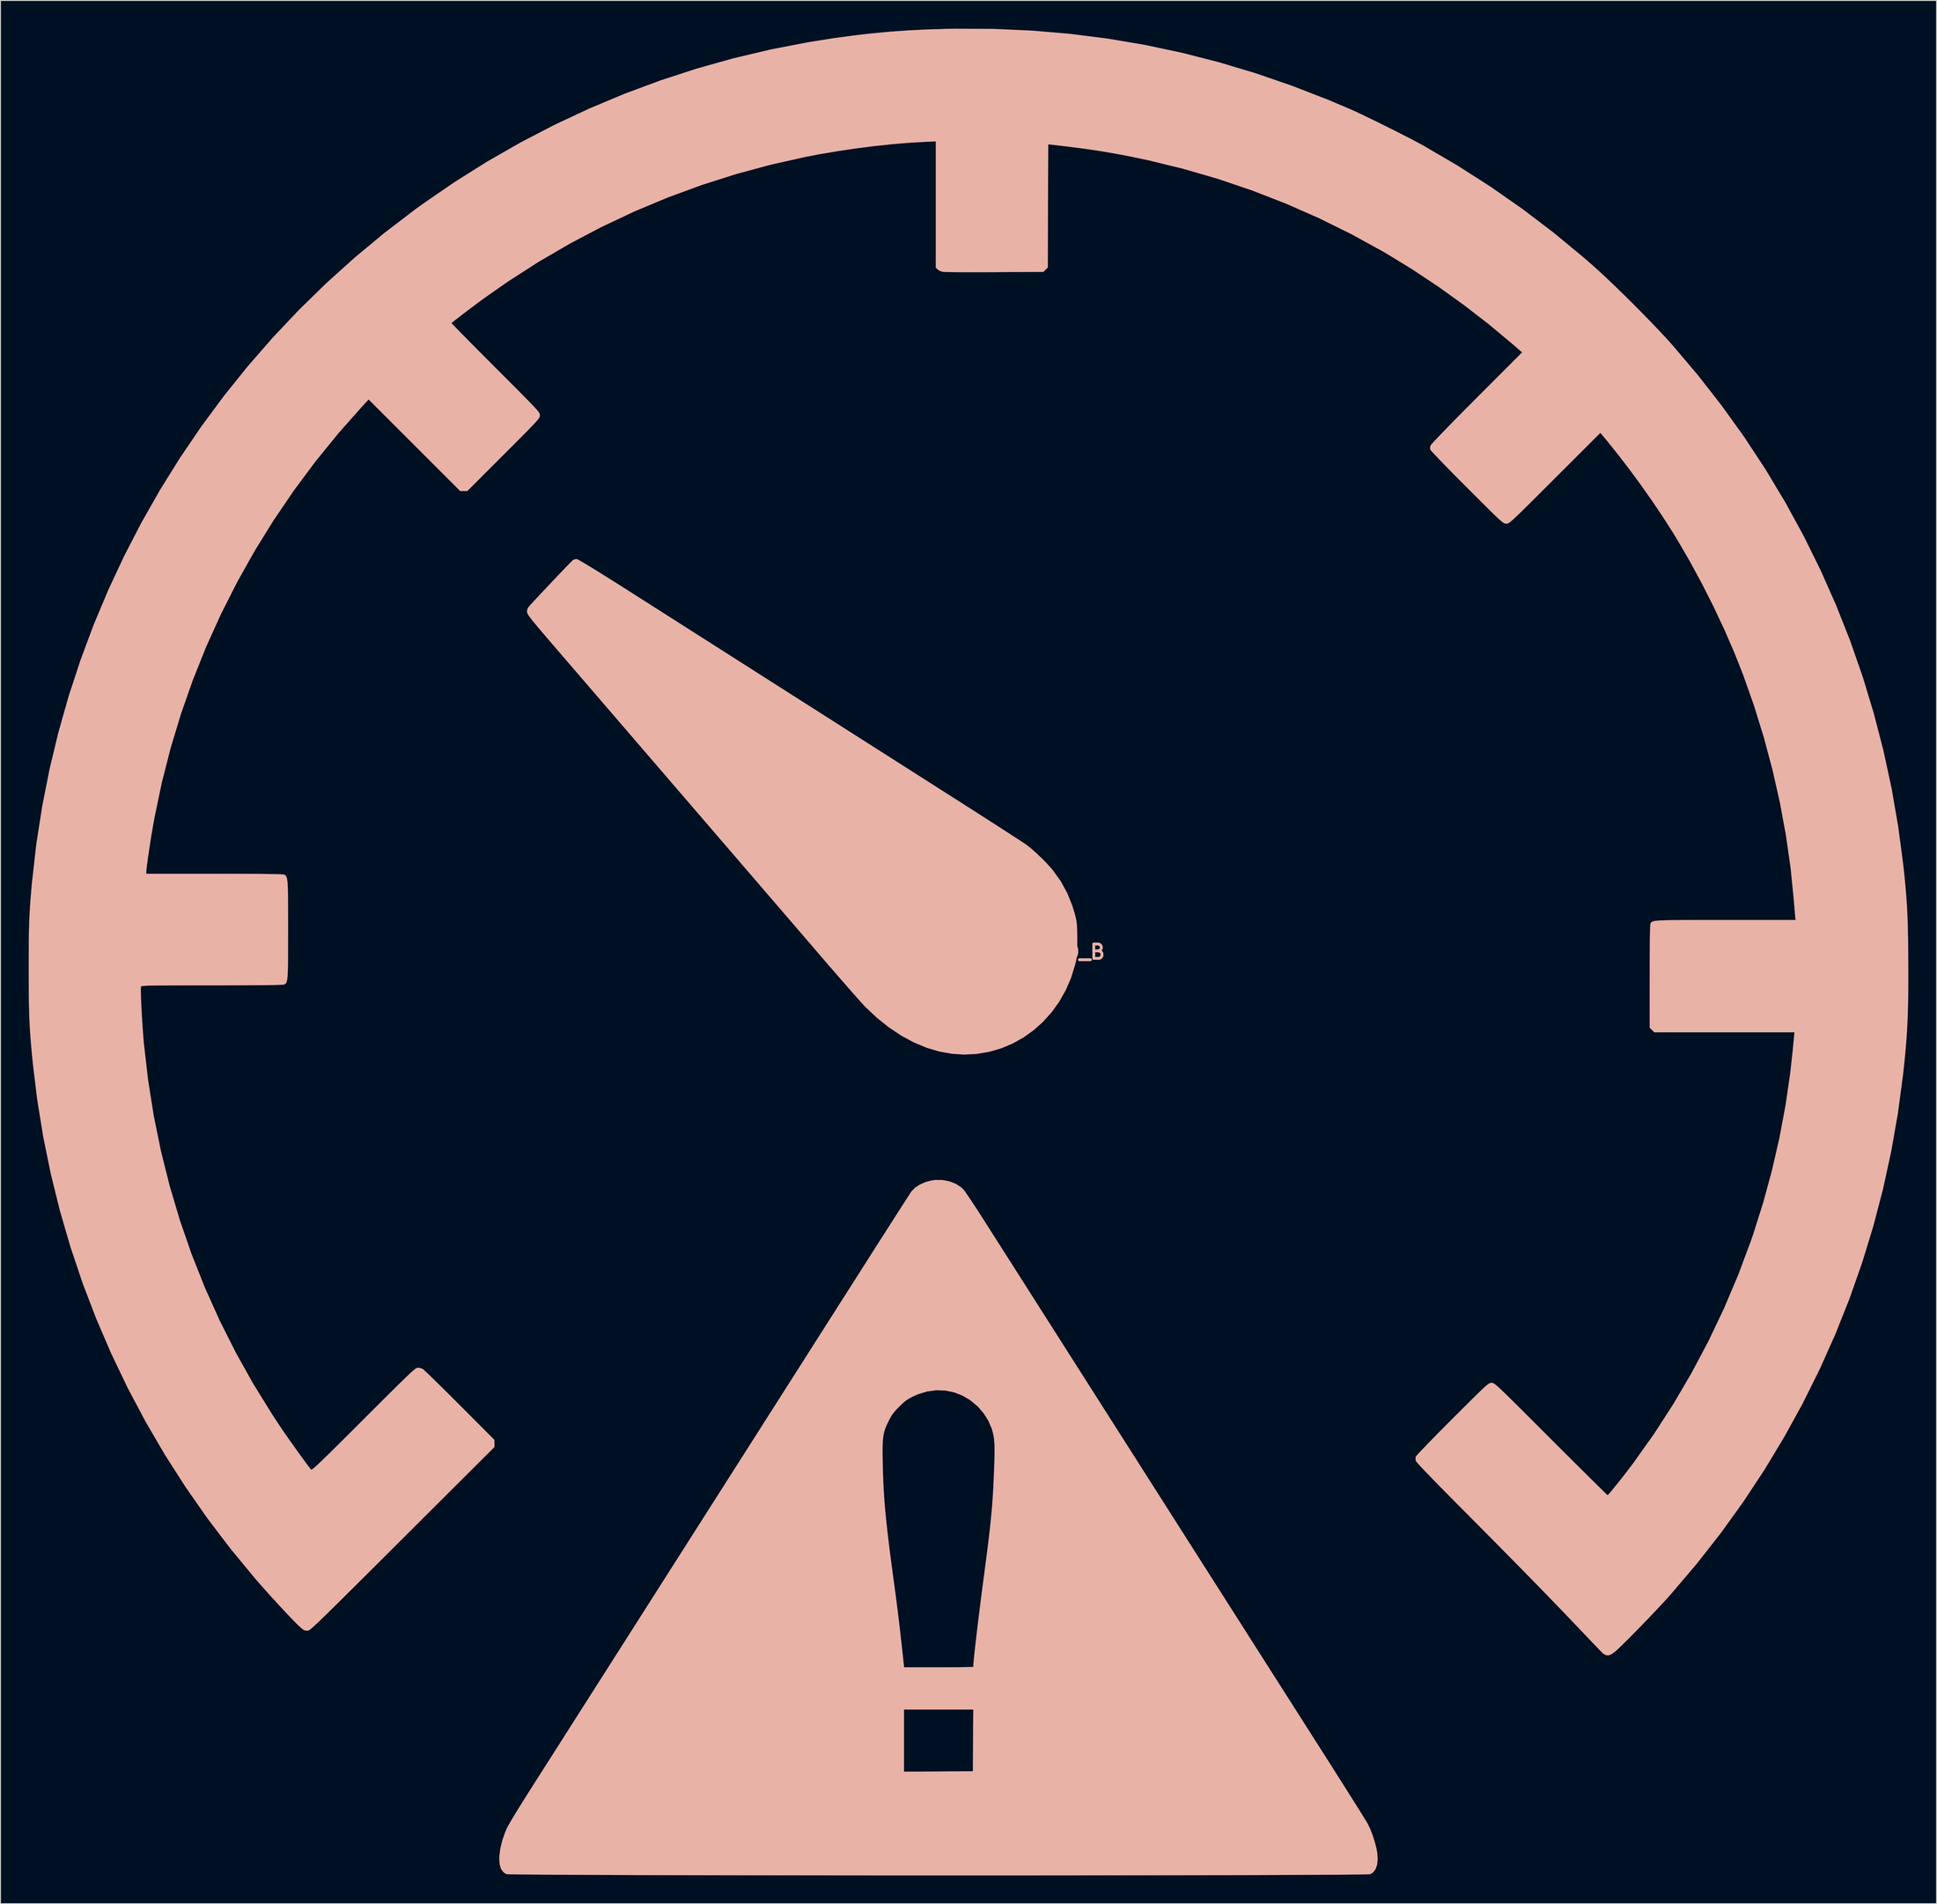
<source format=kicad_pcb>
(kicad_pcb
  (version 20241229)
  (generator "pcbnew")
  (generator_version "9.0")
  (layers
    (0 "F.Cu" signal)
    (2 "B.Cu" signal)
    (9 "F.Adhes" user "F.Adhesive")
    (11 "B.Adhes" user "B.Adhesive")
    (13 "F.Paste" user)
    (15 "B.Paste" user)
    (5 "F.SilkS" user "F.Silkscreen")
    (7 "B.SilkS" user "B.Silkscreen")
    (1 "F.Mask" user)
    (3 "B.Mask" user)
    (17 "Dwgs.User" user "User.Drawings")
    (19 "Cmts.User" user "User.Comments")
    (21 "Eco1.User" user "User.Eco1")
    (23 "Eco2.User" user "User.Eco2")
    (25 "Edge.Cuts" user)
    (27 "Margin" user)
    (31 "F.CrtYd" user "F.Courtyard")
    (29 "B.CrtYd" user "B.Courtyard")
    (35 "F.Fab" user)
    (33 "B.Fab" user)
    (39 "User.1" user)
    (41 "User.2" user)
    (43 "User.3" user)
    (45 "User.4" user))
  (footprint "high-risk-alert_20x20_B"
    (layer "F.Cu")
    (at 99.869 98.107)
    (property "Reference" "high-risk-alert_20x20_B" (at 0 0 0) (layer "B.SilkS") (effects (font (size 1.524 1.524) (thickness 0.3))))
    (attr through_hole)
    (fp_poly (pts (xy -41.517 -41.695) (xy -41.27 -41.561) (xy -40.894 -41.342) (xy -40.394 -41.042) (xy -39.778 -40.665) (xy -39.052 -40.215) (xy -38.222 -39.695) (xy -37.294 -39.111) (xy -36.275 -38.464) (xy -36.057 -38.325) (xy -35.32 -37.856) (xy -34.455 -37.306) (xy -33.476 -36.682) (xy -32.397 -35.995) (xy -31.232 -35.253) (xy -29.996 -34.466) (xy -28.702 -33.642) (xy -27.366 -32.79) (xy -26.001 -31.921) (xy -24.622 -31.042) (xy -23.242 -30.164) (xy -21.877 -29.294) (xy -20.54 -28.442) (xy -20.193 -28.221) (xy -18.81 -27.34) (xy -17.36 -26.416) (xy -15.859 -25.46) (xy -14.326 -24.483) (xy -12.777 -23.497) (xy -11.232 -22.512) (xy -9.707 -21.541) (xy -8.22 -20.594) (xy -6.789 -19.683) (xy -5.432 -18.818) (xy -4.166 -18.012) (xy -3.01 -17.275) (xy -2.074 -16.679) (xy -1.028 -16.013) (xy -0.013 -15.364) (xy 0.962 -14.741) (xy 1.885 -14.149) (xy 2.747 -13.595) (xy 3.537 -13.087) (xy 4.245 -12.629) (xy 4.86 -12.231) (xy 5.373 -11.897) (xy 5.772 -11.634) (xy 6.048 -11.45) (xy 6.181 -11.358) (xy 6.66 -10.977) (xy 7.199 -10.5) (xy 7.759 -9.97) (xy 8.296 -9.425) (xy 8.77 -8.905) (xy 9.006 -8.623) (xy 9.828 -7.462) (xy 10.508 -6.211) (xy 11.044 -4.87) (xy 11.287 -4.064) (xy 11.374 -3.73) (xy 11.44 -3.449) (xy 11.486 -3.187) (xy 11.517 -2.911) (xy 11.536 -2.587) (xy 11.546 -2.179) (xy 11.551 -1.655) (xy 11.552 -1.312) (xy 11.552 -0.705) (xy 11.548 -0.234) (xy 11.535 0.136) (xy 11.512 0.438) (xy 11.476 0.707) (xy 11.423 0.976) (xy 11.35 1.279) (xy 11.324 1.382) (xy 10.892 2.773) (xy 10.327 4.08) (xy 9.639 5.293) (xy 8.839 6.408) (xy 7.936 7.416) (xy 6.938 8.311) (xy 5.857 9.085) (xy 4.702 9.733) (xy 3.482 10.246) (xy 2.207 10.618) (xy 0.886 10.841) (xy -0.471 10.91) (xy -1.726 10.832) (xy -3.091 10.59) (xy -4.455 10.184) (xy -5.809 9.617) (xy -7.145 8.896) (xy -8.454 8.023) (xy -9.728 7.005) (xy -10.959 5.845) (xy -10.976 5.828) (xy -11.162 5.63) (xy -11.446 5.316) (xy -11.819 4.898) (xy -12.268 4.39) (xy -12.783 3.805) (xy -13.351 3.154) (xy -13.963 2.451) (xy -14.607 1.707) (xy -15.272 0.937) (xy -15.678 0.466) (xy -16.203 -0.145) (xy -16.831 -0.877) (xy -17.557 -1.721) (xy -18.374 -2.67) (xy -19.274 -3.717) (xy -20.251 -4.853) (xy -21.299 -6.071) (xy -22.41 -7.362) (xy -23.578 -8.72) (xy -24.797 -10.137) (xy -26.059 -11.604) (xy -27.358 -13.114) (xy -28.688 -14.66) (xy -30.041 -16.232) (xy -31.412 -17.825) (xy -32.792 -19.429) (xy -34.176 -21.037) (xy -35.557 -22.642) (xy -36.928 -24.235) (xy -38.283 -25.809) (xy -39.615 -27.356) (xy -40.916 -28.869) (xy -42.182 -30.338) (xy -42.691 -30.93) (xy -43.474 -31.84) (xy -44.154 -32.631) (xy -44.737 -33.312) (xy -45.232 -33.892) (xy -45.646 -34.379) (xy -45.985 -34.785) (xy -46.257 -35.116) (xy -46.47 -35.382) (xy -46.63 -35.593) (xy -46.746 -35.758) (xy -46.824 -35.885) (xy -46.871 -35.983) (xy -46.896 -36.063) (xy -46.905 -36.132) (xy -46.905 -36.165) (xy -46.889 -36.36) (xy -46.825 -36.532) (xy -46.685 -36.728) (xy -46.457 -36.984) (xy -45.649 -37.848) (xy -44.905 -38.64) (xy -44.231 -39.355) (xy -43.634 -39.985) (xy -43.118 -40.525) (xy -42.691 -40.968) (xy -42.359 -41.308) (xy -42.127 -41.537) (xy -42.003 -41.65) (xy -41.989 -41.659) (xy -41.781 -41.725) (xy -41.629 -41.741) (xy -41.517 -41.695)) (stroke (width 0.01) (type solid)) (fill yes) (layer "B.SilkS"))
    (fp_poly (pts (xy -2.724 24.256) (xy -2.006 24.398) (xy -1.35 24.653) (xy -0.791 25.012) (xy -0.566 25.218) (xy -0.457 25.355) (xy -0.269 25.619) (xy -0.013 25.992) (xy 0.3 26.458) (xy 0.657 27) (xy 1.05 27.602) (xy 1.465 28.247) (xy 1.674 28.575) (xy 1.878 28.895) (xy 2.169 29.351) (xy 2.542 29.938) (xy 2.994 30.647) (xy 3.52 31.474) (xy 4.117 32.411) (xy 4.78 33.452) (xy 5.505 34.591) (xy 6.288 35.821) (xy 7.125 37.135) (xy 8.011 38.528) (xy 8.943 39.992) (xy 9.917 41.521) (xy 10.928 43.109) (xy 11.972 44.749) (xy 13.045 46.435) (xy 14.144 48.16) (xy 15.263 49.918) (xy 16.399 51.702) (xy 17.547 53.506) (xy 17.711 53.763) (xy 18.903 55.636) (xy 20.104 57.523) (xy 21.309 59.414) (xy 22.511 61.303) (xy 23.707 63.181) (xy 24.889 65.038) (xy 26.054 66.868) (xy 27.196 68.66) (xy 28.309 70.408) (xy 29.387 72.102) (xy 30.427 73.734) (xy 31.421 75.295) (xy 32.366 76.778) (xy 33.255 78.174) (xy 34.083 79.473) (xy 34.845 80.669) (xy 35.535 81.753) (xy 36.148 82.715) (xy 36.679 83.549) (xy 36.96 83.989) (xy 37.645 85.064) (xy 38.309 86.108) (xy 38.945 87.111) (xy 39.548 88.062) (xy 40.111 88.953) (xy 40.628 89.772) (xy 41.094 90.511) (xy 41.5 91.159) (xy 41.842 91.707) (xy 42.113 92.144) (xy 42.307 92.461) (xy 42.418 92.648) (xy 42.433 92.674) (xy 42.702 93.247) (xy 42.958 93.915) (xy 43.182 94.615) (xy 43.352 95.284) (xy 43.433 95.738) (xy 43.479 96.425) (xy 43.42 97.008) (xy 43.26 97.477) (xy 43.002 97.822) (xy 42.704 98.011) (xy 42.598 98.021) (xy 42.328 98.03) (xy 41.901 98.039) (xy 41.322 98.047) (xy 40.599 98.055) (xy 39.736 98.063) (xy 38.739 98.07) (xy 37.615 98.077) (xy 36.37 98.084) (xy 35.01 98.09) (xy 33.54 98.096) (xy 31.966 98.102) (xy 30.295 98.107) (xy 28.533 98.112) (xy 26.684 98.116) (xy 24.757 98.121) (xy 22.755 98.125) (xy 20.686 98.128) (xy 18.556 98.131) (xy 16.369 98.134) (xy 14.133 98.136) (xy 11.853 98.139) (xy 9.535 98.14) (xy 7.185 98.142) (xy 4.81 98.143) (xy 2.415 98.144) (xy 0.005 98.144) (xy -2.412 98.144) (xy -4.831 98.144) (xy -7.247 98.143) (xy -9.652 98.142) (xy -12.041 98.141) (xy -14.409 98.139) (xy -16.748 98.137) (xy -19.054 98.135) (xy -21.32 98.133) (xy -23.54 98.13) (xy -25.708 98.126) (xy -27.819 98.123) (xy -29.866 98.119) (xy -31.843 98.114) (xy -33.745 98.11) (xy -35.565 98.105) (xy -37.297 98.099) (xy -38.936 98.094) (xy -40.475 98.088) (xy -41.909 98.081) (xy -43.232 98.075) (xy -44.437 98.068) (xy -45.518 98.06) (xy -46.47 98.053) (xy -47.287 98.045) (xy -47.962 98.036) (xy -48.491 98.028) (xy -48.865 98.019) (xy -49.081 98.01) (xy -49.134 98.003) (xy -49.46 97.762) (xy -49.686 97.426) (xy -49.817 96.978) (xy -49.858 96.405) (xy -49.844 96.029) (xy -49.738 95.25) (xy -49.53 94.407) (xy -49.234 93.559) (xy -49.032 93.091) (xy -48.92 92.879) (xy -48.727 92.542) (xy -48.465 92.098) (xy -48.144 91.567) (xy -47.775 90.966) (xy -47.369 90.313) (xy -46.937 89.626) (xy -46.611 89.112) (xy -46.312 88.642) (xy -45.926 88.036) (xy -45.458 87.301) (xy -44.912 86.444) (xy -44.293 85.472) (xy -43.605 84.392) (xy -42.853 83.21) (xy -42.041 81.934) (xy -41.172 80.571) (xy -41.139 80.518) (xy -6.858 80.518) (xy -6.858 87.124) (xy -3.196 87.102) (xy 0.466 87.08) (xy 0.488 83.799) (xy 0.51 80.518) (xy -6.858 80.518) (xy -41.139 80.518) (xy -40.253 79.127) (xy -39.287 77.61) (xy -38.278 76.025) (xy -37.231 74.381) (xy -36.151 72.685) (xy -35.041 70.942) (xy -33.907 69.16) (xy -32.752 67.346) (xy -31.581 65.507) (xy -30.399 63.65) (xy -29.209 61.781) (xy -28.017 59.909) (xy -26.826 58.038) (xy -25.641 56.177) (xy -24.467 54.333) (xy -23.799 53.284) (xy -9.131 53.284) (xy -9.12 54.068) (xy -9.115 54.356) (xy -9.093 55.254) (xy -9.064 56.12) (xy -9.024 56.971) (xy -8.972 57.826) (xy -8.907 58.702) (xy -8.826 59.618) (xy -8.729 60.592) (xy -8.613 61.641) (xy -8.477 62.785) (xy -8.32 64.04) (xy -8.138 65.425) (xy -7.931 66.958) (xy -7.918 67.056) (xy -7.767 68.169) (xy -7.629 69.228) (xy -7.498 70.269) (xy -7.37 71.324) (xy -7.241 72.429) (xy -7.107 73.619) (xy -6.964 74.926) (xy -6.893 75.586) (xy -6.846 76.031) (xy -3.169 76.031) (xy -2.398 76.03) (xy -1.682 76.027) (xy -1.039 76.022) (xy -0.484 76.017) (xy -0.036 76.009) (xy 0.289 76.001) (xy 0.472 75.993) (xy 0.508 75.986) (xy 0.519 75.761) (xy 0.551 75.383) (xy 0.602 74.866) (xy 0.67 74.224) (xy 0.755 73.473) (xy 0.853 72.626) (xy 0.964 71.699) (xy 1.085 70.706) (xy 1.215 69.66) (xy 1.353 68.578) (xy 1.496 67.473) (xy 1.607 66.633) (xy 1.785 65.278) (xy 1.941 64.071) (xy 2.077 62.993) (xy 2.194 62.024) (xy 2.295 61.145) (xy 2.38 60.335) (xy 2.453 59.575) (xy 2.515 58.847) (xy 2.568 58.129) (xy 2.614 57.404) (xy 2.654 56.65) (xy 2.691 55.85) (xy 2.721 55.105) (xy 2.753 54.22) (xy 2.771 53.482) (xy 2.775 52.867) (xy 2.763 52.353) (xy 2.734 51.918) (xy 2.686 51.539) (xy 2.619 51.194) (xy 2.53 50.86) (xy 2.453 50.615) (xy 2.107 49.815) (xy 1.62 49.043) (xy 1.021 48.344) (xy 0.979 48.302) (xy 0.201 47.65) (xy -0.641 47.15) (xy -1.535 46.804) (xy -2.467 46.615) (xy -3.424 46.584) (xy -4.391 46.713) (xy -5.356 47.006) (xy -5.838 47.216) (xy -6.233 47.418) (xy -6.553 47.616) (xy -6.852 47.847) (xy -7.183 48.15) (xy -7.369 48.334) (xy -7.728 48.706) (xy -7.996 49.024) (xy -8.213 49.342) (xy -8.419 49.715) (xy -8.497 49.869) (xy -8.677 50.247) (xy -8.822 50.59) (xy -8.935 50.923) (xy -9.018 51.269) (xy -9.076 51.654) (xy -9.112 52.102) (xy -9.129 52.637) (xy -9.131 53.284) (xy -23.799 53.284) (xy -23.307 52.512) (xy -22.167 50.721) (xy -21.051 48.967) (xy -19.962 47.257) (xy -18.906 45.598) (xy -17.887 43.998) (xy -16.909 42.462) (xy -15.977 40.997) (xy -15.095 39.612) (xy -14.267 38.312) (xy -13.499 37.105) (xy -12.794 35.997) (xy -12.156 34.995) (xy -11.591 34.107) (xy -11.102 33.339) (xy -10.694 32.698) (xy -10.683 32.681) (xy -10.051 31.689) (xy -9.441 30.732) (xy -8.861 29.823) (xy -8.317 28.971) (xy -7.814 28.185) (xy -7.361 27.477) (xy -6.962 26.857) (xy -6.626 26.334) (xy -6.358 25.92) (xy -6.165 25.623) (xy -6.053 25.455) (xy -6.032 25.424) (xy -5.658 25.049) (xy -5.156 24.725) (xy -4.566 24.468) (xy -3.927 24.298) (xy -3.471 24.24) (xy -2.724 24.256)) (stroke (width 0.01) (type solid)) (fill yes) (layer "B.SilkS"))
    (fp_poly (pts (xy 2.675 -98.082) (xy 6.746 -97.901) (xy 10.778 -97.558) (xy 14.775 -97.052) (xy 18.74 -96.381) (xy 22.677 -95.546) (xy 26.591 -94.546) (xy 30.485 -93.379) (xy 34.364 -92.045) (xy 38.231 -90.543) (xy 40.598 -89.539) (xy 41.115 -89.305) (xy 41.753 -89.007) (xy 42.487 -88.656) (xy 43.286 -88.267) (xy 44.125 -87.853) (xy 44.975 -87.429) (xy 45.808 -87.009) (xy 46.598 -86.605) (xy 47.316 -86.231) (xy 47.935 -85.903) (xy 48.345 -85.678) (xy 51.961 -83.563) (xy 55.473 -81.316) (xy 58.879 -78.938) (xy 62.176 -76.431) (xy 65.364 -73.795) (xy 66.336 -72.946) (xy 67.086 -72.269) (xy 67.92 -71.492) (xy 68.816 -70.636) (xy 69.75 -69.727) (xy 70.697 -68.787) (xy 71.636 -67.841) (xy 72.541 -66.911) (xy 73.389 -66.023) (xy 74.157 -65.199) (xy 74.81 -64.474) (xy 77.499 -61.302) (xy 80.043 -58.043) (xy 82.442 -54.701) (xy 84.692 -51.278) (xy 86.794 -47.778) (xy 88.746 -44.203) (xy 90.547 -40.557) (xy 92.195 -36.842) (xy 93.689 -33.063) (xy 95.027 -29.221) (xy 96.209 -25.32) (xy 97.232 -21.362) (xy 98.097 -17.352) (xy 98.8 -13.291) (xy 99.341 -9.184) (xy 99.441 -8.255) (xy 99.529 -7.368) (xy 99.603 -6.55) (xy 99.666 -5.776) (xy 99.718 -5.019) (xy 99.76 -4.256) (xy 99.793 -3.46) (xy 99.819 -2.607) (xy 99.838 -1.671) (xy 99.853 -0.626) (xy 99.863 0.551) (xy 99.866 1.101) (xy 99.871 2.572) (xy 99.867 3.901) (xy 99.853 5.114) (xy 99.827 6.236) (xy 99.789 7.295) (xy 99.737 8.317) (xy 99.669 9.327) (xy 99.586 10.354) (xy 99.485 11.422) (xy 99.365 12.558) (xy 99.307 13.081) (xy 98.761 17.165) (xy 98.053 21.205) (xy 97.183 25.198) (xy 96.153 29.139) (xy 94.965 33.026) (xy 93.619 36.855) (xy 92.119 40.624) (xy 90.464 44.329) (xy 88.657 47.966) (xy 86.699 51.533) (xy 84.591 55.026) (xy 82.336 58.442) (xy 79.933 61.777) (xy 77.386 65.029) (xy 74.694 68.194) (xy 74.429 68.492) (xy 74.013 68.951) (xy 73.532 69.473) (xy 73 70.039) (xy 72.435 70.634) (xy 71.853 71.24) (xy 71.271 71.84) (xy 70.706 72.417) (xy 70.174 72.954) (xy 69.692 73.434) (xy 69.276 73.84) (xy 68.944 74.154) (xy 68.724 74.35) (xy 68.352 74.623) (xy 68.042 74.755) (xy 67.767 74.748) (xy 67.499 74.606) (xy 67.36 74.486) (xy 67.231 74.356) (xy 67.003 74.121) (xy 66.692 73.799) (xy 66.315 73.405) (xy 65.89 72.959) (xy 65.432 72.477) (xy 65.229 72.263) (xy 64.178 71.158) (xy 63.078 70.01) (xy 61.918 68.808) (xy 60.691 67.544) (xy 59.387 66.209) (xy 57.999 64.794) (xy 56.516 63.291) (xy 54.932 61.689) (xy 53.235 59.981) (xy 52.861 59.605) (xy 51.785 58.522) (xy 50.831 57.557) (xy 49.998 56.709) (xy 49.286 55.98) (xy 48.695 55.368) (xy 48.226 54.874) (xy 47.878 54.498) (xy 47.651 54.239) (xy 47.545 54.099) (xy 47.538 54.081) (xy 47.511 53.835) (xy 47.528 53.657) (xy 47.595 53.566) (xy 47.773 53.365) (xy 48.05 53.067) (xy 48.416 52.682) (xy 48.862 52.22) (xy 49.377 51.691) (xy 49.95 51.108) (xy 50.572 50.479) (xy 51.233 49.816) (xy 51.413 49.636) (xy 52.186 48.865) (xy 52.848 48.204) (xy 53.409 47.647) (xy 53.879 47.183) (xy 54.267 46.804) (xy 54.582 46.502) (xy 54.833 46.268) (xy 55.031 46.093) (xy 55.185 45.969) (xy 55.303 45.887) (xy 55.396 45.838) (xy 55.472 45.814) (xy 55.542 45.805) (xy 55.586 45.805) (xy 55.643 45.807) (xy 55.702 45.817) (xy 55.77 45.842) (xy 55.855 45.89) (xy 55.964 45.966) (xy 56.103 46.079) (xy 56.282 46.235) (xy 56.506 46.44) (xy 56.784 46.703) (xy 57.121 47.029) (xy 57.527 47.425) (xy 58.008 47.9) (xy 58.571 48.458) (xy 59.224 49.109) (xy 59.974 49.857) (xy 60.829 50.711) (xy 61.795 51.677) (xy 61.891 51.774) (xy 62.727 52.608) (xy 63.528 53.408) (xy 64.288 54.166) (xy 64.998 54.872) (xy 65.651 55.52) (xy 66.237 56.101) (xy 66.749 56.607) (xy 67.179 57.03) (xy 67.518 57.362) (xy 67.759 57.596) (xy 67.893 57.722) (xy 67.919 57.743) (xy 67.991 57.679) (xy 68.151 57.499) (xy 68.384 57.222) (xy 68.674 56.868) (xy 69.006 56.456) (xy 69.365 56.003) (xy 69.736 55.529) (xy 70.104 55.054) (xy 70.453 54.595) (xy 70.675 54.299) (xy 72.873 51.202) (xy 74.94 48.002) (xy 76.87 44.706) (xy 78.66 41.324) (xy 80.305 37.863) (xy 81.801 34.331) (xy 83.144 30.735) (xy 83.407 29.972) (xy 84.462 26.629) (xy 85.389 23.22) (xy 86.179 19.772) (xy 86.829 16.312) (xy 87.331 12.869) (xy 87.582 10.583) (xy 87.629 10.089) (xy 87.673 9.63) (xy 87.711 9.244) (xy 87.739 8.968) (xy 87.749 8.869) (xy 87.783 8.551) (xy 72.885 8.551) (xy 72.39 8.056) (xy 72.393 2.568) (xy 72.394 1.401) (xy 72.397 0.394) (xy 72.402 -0.463) (xy 72.408 -1.18) (xy 72.417 -1.764) (xy 72.428 -2.228) (xy 72.441 -2.579) (xy 72.457 -2.827) (xy 72.476 -2.983) (xy 72.498 -3.054) (xy 72.499 -3.055) (xy 72.544 -3.112) (xy 72.594 -3.162) (xy 72.659 -3.205) (xy 72.751 -3.243) (xy 72.879 -3.275) (xy 73.055 -3.301) (xy 73.288 -3.323) (xy 73.59 -3.341) (xy 73.971 -3.356) (xy 74.442 -3.366) (xy 75.013 -3.374) (xy 75.695 -3.38) (xy 76.498 -3.384) (xy 77.434 -3.386) (xy 78.512 -3.386) (xy 79.744 -3.387) (xy 80.432 -3.387) (xy 87.892 -3.387) (xy 87.846 -3.873) (xy 87.821 -4.147) (xy 87.788 -4.538) (xy 87.751 -4.997) (xy 87.713 -5.472) (xy 87.71 -5.503) (xy 87.369 -8.914) (xy 86.876 -12.367) (xy 86.236 -15.84) (xy 85.453 -19.313) (xy 84.534 -22.762) (xy 83.481 -26.168) (xy 82.31 -29.485) (xy 81.378 -31.836) (xy 80.329 -34.25) (xy 79.182 -36.688) (xy 77.958 -39.111) (xy 76.674 -41.481) (xy 75.351 -43.758) (xy 74.85 -44.577) (xy 73.813 -46.2) (xy 72.683 -47.88) (xy 71.49 -49.576) (xy 70.261 -51.249) (xy 69.026 -52.859) (xy 67.814 -54.368) (xy 67.336 -54.94) (xy 67.15 -55.16) (xy 62.321 -50.336) (xy 61.448 -49.464) (xy 60.686 -48.704) (xy 60.028 -48.048) (xy 59.464 -47.489) (xy 58.987 -47.018) (xy 58.589 -46.629) (xy 58.261 -46.314) (xy 57.995 -46.064) (xy 57.783 -45.872) (xy 57.617 -45.731) (xy 57.487 -45.633) (xy 57.387 -45.569) (xy 57.307 -45.533) (xy 57.24 -45.517) (xy 57.177 -45.512) (xy 57.15 -45.512) (xy 57.079 -45.514) (xy 57.008 -45.527) (xy 56.928 -45.557) (xy 56.828 -45.616) (xy 56.7 -45.71) (xy 56.534 -45.848) (xy 56.322 -46.04) (xy 56.052 -46.294) (xy 55.717 -46.618) (xy 55.306 -47.021) (xy 54.811 -47.512) (xy 54.221 -48.1) (xy 53.528 -48.792) (xy 52.963 -49.357) (xy 52.293 -50.028) (xy 51.659 -50.668) (xy 51.071 -51.266) (xy 50.539 -51.812) (xy 50.073 -52.294) (xy 49.684 -52.702) (xy 49.381 -53.026) (xy 49.175 -53.255) (xy 49.077 -53.378) (xy 49.069 -53.392) (xy 49.063 -53.612) (xy 49.11 -53.821) (xy 49.183 -53.917) (xy 49.367 -54.124) (xy 49.653 -54.431) (xy 50.032 -54.83) (xy 50.495 -55.311) (xy 51.034 -55.865) (xy 51.638 -56.483) (xy 52.299 -57.155) (xy 53.009 -57.872) (xy 53.757 -58.624) (xy 54.018 -58.886) (xy 58.837 -63.712) (xy 57.811 -64.601) (xy 55.293 -66.701) (xy 52.662 -68.736) (xy 49.954 -70.681) (xy 47.201 -72.512) (xy 44.44 -74.204) (xy 44.049 -74.431) (xy 40.683 -76.28) (xy 37.241 -77.978) (xy 33.731 -79.523) (xy 30.156 -80.913) (xy 26.523 -82.145) (xy 22.838 -83.218) (xy 19.106 -84.129) (xy 17.357 -84.497) (xy 16.244 -84.713) (xy 15.178 -84.907) (xy 14.125 -85.084) (xy 13.053 -85.249) (xy 11.928 -85.406) (xy 10.716 -85.561) (xy 9.384 -85.719) (xy 8.701 -85.796) (xy 8.47 -85.822) (xy 8.447 -79.277) (xy 8.424 -72.732) (xy 7.955 -72.263) (xy 2.813 -72.237) (xy 1.884 -72.234) (xy 0.997 -72.232) (xy 0.168 -72.232) (xy -0.588 -72.234) (xy -1.254 -72.237) (xy -1.814 -72.242) (xy -2.252 -72.248) (xy -2.553 -72.256) (xy -2.699 -72.265) (xy -3.028 -72.362) (xy -3.27 -72.52) (xy -3.471 -72.721) (xy -3.471 -86.132) (xy -4.72 -86.078) (xy -6.39 -85.981) (xy -8.179 -85.829) (xy -10.048 -85.629) (xy -11.958 -85.386) (xy -13.869 -85.103) (xy -15.743 -84.786) (xy -17.277 -84.494) (xy -21.029 -83.653) (xy -24.729 -82.651) (xy -28.375 -81.49) (xy -31.963 -80.171) (xy -35.49 -78.694) (xy -38.952 -77.063) (xy -42.347 -75.278) (xy -45.671 -73.341) (xy -48.921 -71.252) (xy -51.392 -69.526) (xy -51.739 -69.273) (xy -52.156 -68.964) (xy -52.617 -68.618) (xy -53.099 -68.255) (xy -53.574 -67.894) (xy -54.019 -67.554) (xy -54.409 -67.254) (xy -54.717 -67.013) (xy -54.92 -66.85) (xy -54.945 -66.829) (xy -54.892 -66.765) (xy -54.729 -66.591) (xy -54.464 -66.316) (xy -54.105 -65.948) (xy -53.663 -65.497) (xy -53.145 -64.972) (xy -52.562 -64.382) (xy -51.921 -63.736) (xy -51.231 -63.044) (xy -50.503 -62.313) (xy -50.267 -62.077) (xy -49.405 -61.214) (xy -48.655 -60.463) (xy -48.009 -59.815) (xy -47.459 -59.261) (xy -46.999 -58.794) (xy -46.619 -58.404) (xy -46.312 -58.085) (xy -46.07 -57.826) (xy -45.886 -57.621) (xy -45.751 -57.46) (xy -45.658 -57.335) (xy -45.6 -57.238) (xy -45.568 -57.161) (xy -45.554 -57.095) (xy -45.551 -57.031) (xy -45.551 -57.023) (xy -45.553 -56.953) (xy -45.567 -56.882) (xy -45.6 -56.8) (xy -45.661 -56.699) (xy -45.759 -56.568) (xy -45.902 -56.398) (xy -46.1 -56.18) (xy -46.36 -55.904) (xy -46.691 -55.562) (xy -47.102 -55.143) (xy -47.602 -54.639) (xy -48.199 -54.039) (xy -48.901 -53.335) (xy -49.402 -52.834) (xy -53.254 -48.98) (xy -54.017 -48.98) (xy -63.747 -58.709) (xy -64.371 -58.035) (xy -66.948 -55.129) (xy -69.388 -52.129) (xy -71.688 -49.041) (xy -73.845 -45.869) (xy -75.859 -42.617) (xy -77.726 -39.29) (xy -79.444 -35.892) (xy -81.011 -32.428) (xy -82.425 -28.902) (xy -83.683 -25.318) (xy -84.784 -21.682) (xy -85.725 -17.997) (xy -86.505 -14.268) (xy -86.778 -12.719) (xy -86.885 -12.066) (xy -86.99 -11.4) (xy -87.089 -10.746) (xy -87.179 -10.129) (xy -87.256 -9.573) (xy -87.317 -9.105) (xy -87.358 -8.749) (xy -87.376 -8.531) (xy -87.376 -8.51) (xy -87.376 -8.297) (xy -80.131 -8.297) (xy -78.69 -8.296) (xy -77.414 -8.294) (xy -76.3 -8.289) (xy -75.343 -8.283) (xy -74.541 -8.275) (xy -73.89 -8.265) (xy -73.385 -8.253) (xy -73.023 -8.238) (xy -72.8 -8.222) (xy -72.716 -8.206) (xy -72.635 -8.159) (xy -72.565 -8.103) (xy -72.506 -8.025) (xy -72.456 -7.913) (xy -72.416 -7.755) (xy -72.383 -7.538) (xy -72.358 -7.25) (xy -72.339 -6.878) (xy -72.325 -6.409) (xy -72.315 -5.831) (xy -72.31 -5.132) (xy -72.307 -4.3) (xy -72.306 -3.32) (xy -72.305 -2.371) (xy -72.306 -1.258) (xy -72.307 -0.303) (xy -72.31 0.508) (xy -72.317 1.188) (xy -72.327 1.747) (xy -72.341 2.2) (xy -72.361 2.559) (xy -72.388 2.835) (xy -72.421 3.042) (xy -72.463 3.192) (xy -72.514 3.298) (xy -72.575 3.371) (xy -72.646 3.425) (xy -72.716 3.465) (xy -72.817 3.482) (xy -73.054 3.498) (xy -73.429 3.512) (xy -73.947 3.524) (xy -74.611 3.534) (xy -75.425 3.542) (xy -76.394 3.548) (xy -77.519 3.552) (xy -78.807 3.555) (xy -80.259 3.556) (xy -80.388 3.556) (xy -81.693 3.556) (xy -82.839 3.557) (xy -83.836 3.558) (xy -84.694 3.561) (xy -85.425 3.564) (xy -86.037 3.569) (xy -86.542 3.575) (xy -86.95 3.583) (xy -87.271 3.592) (xy -87.515 3.604) (xy -87.692 3.618) (xy -87.813 3.634) (xy -87.889 3.653) (xy -87.929 3.675) (xy -87.942 3.692) (xy -87.955 3.825) (xy -87.958 4.105) (xy -87.949 4.509) (xy -87.932 5.017) (xy -87.906 5.605) (xy -87.873 6.251) (xy -87.835 6.935) (xy -87.791 7.633) (xy -87.744 8.323) (xy -87.695 8.985) (xy -87.644 9.594) (xy -87.627 9.779) (xy -87.186 13.625) (xy -86.582 17.427) (xy -85.816 21.182) (xy -84.889 24.886) (xy -83.803 28.538) (xy -82.557 32.135) (xy -81.154 35.673) (xy -79.593 39.15) (xy -77.877 42.563) (xy -76.005 45.909) (xy -73.98 49.186) (xy -73.279 50.25) (xy -72.917 50.785) (xy -72.503 51.384) (xy -72.058 52.02) (xy -71.599 52.667) (xy -71.148 53.298) (xy -70.721 53.885) (xy -70.34 54.402) (xy -70.023 54.823) (xy -69.869 55.02) (xy -69.839 55.031) (xy -69.783 55.012) (xy -69.694 54.956) (xy -69.566 54.855) (xy -69.39 54.703) (xy -69.16 54.493) (xy -68.87 54.219) (xy -68.511 53.874) (xy -68.077 53.451) (xy -67.561 52.943) (xy -66.955 52.343) (xy -66.254 51.646) (xy -65.449 50.843) (xy -64.533 49.929) (xy -64.28 49.676) (xy -63.341 48.737) (xy -62.513 47.911) (xy -61.79 47.191) (xy -61.164 46.57) (xy -60.628 46.04) (xy -60.173 45.594) (xy -59.793 45.226) (xy -59.479 44.927) (xy -59.225 44.692) (xy -59.023 44.512) (xy -58.865 44.38) (xy -58.744 44.29) (xy -58.652 44.234) (xy -58.582 44.205) (xy -58.526 44.196) (xy -58.52 44.196) (xy -58.244 44.235) (xy -58.014 44.317) (xy -57.914 44.397) (xy -57.707 44.587) (xy -57.402 44.876) (xy -57.011 45.253) (xy -56.545 45.707) (xy -56.015 46.228) (xy -55.431 46.806) (xy -54.804 47.429) (xy -54.146 48.086) (xy -54.081 48.152) (xy -50.377 51.867) (xy -50.377 52.621) (xy -57.51 59.733) (xy -58.947 61.166) (xy -60.269 62.485) (xy -61.481 63.693) (xy -62.588 64.797) (xy -63.595 65.799) (xy -64.506 66.707) (xy -65.327 67.523) (xy -66.063 68.254) (xy -66.718 68.903) (xy -67.297 69.476) (xy -67.806 69.976) (xy -68.249 70.411) (xy -68.631 70.782) (xy -68.957 71.097) (xy -69.233 71.359) (xy -69.462 71.573) (xy -69.65 71.744) (xy -69.803 71.877) (xy -69.924 71.976) (xy -70.018 72.047) (xy -70.092 72.094) (xy -70.149 72.121) (xy -70.194 72.135) (xy -70.233 72.138) (xy -70.27 72.137) (xy -70.307 72.136) (xy -70.468 72.123) (xy -70.617 72.071) (xy -70.788 71.957) (xy -71.015 71.761) (xy -71.267 71.522) (xy -71.601 71.189) (xy -72.026 70.751) (xy -72.521 70.229) (xy -73.065 69.645) (xy -73.639 69.022) (xy -74.221 68.383) (xy -74.791 67.748) (xy -75.328 67.142) (xy -75.809 66.588) (xy -78.424 63.422) (xy -80.899 60.164) (xy -83.232 56.82) (xy -85.421 53.393) (xy -87.464 49.889) (xy -89.36 46.312) (xy -91.105 42.666) (xy -92.7 38.956) (xy -94.141 35.187) (xy -95.426 31.362) (xy -96.554 27.486) (xy -97.523 23.564) (xy -98.331 19.601) (xy -98.975 15.6) (xy -99.435 11.769) (xy -99.526 10.838) (xy -99.603 9.995) (xy -99.668 9.215) (xy -99.722 8.472) (xy -99.765 7.743) (xy -99.799 7.003) (xy -99.824 6.227) (xy -99.842 5.391) (xy -99.854 4.469) (xy -99.861 3.438) (xy -99.864 2.272) (xy -99.864 1.736) (xy -99.863 0.566) (xy -99.859 -0.459) (xy -99.851 -1.363) (xy -99.838 -2.17) (xy -99.82 -2.906) (xy -99.795 -3.593) (xy -99.762 -4.256) (xy -99.721 -4.92) (xy -99.67 -5.609) (xy -99.609 -6.347) (xy -99.537 -7.158) (xy -99.518 -7.366) (xy -99.061 -11.408) (xy -98.44 -15.413) (xy -97.658 -19.378) (xy -96.717 -23.298) (xy -95.62 -27.169) (xy -94.369 -30.986) (xy -92.967 -34.745) (xy -91.416 -38.442) (xy -89.718 -42.072) (xy -87.877 -45.632) (xy -85.894 -49.116) (xy -83.773 -52.52) (xy -81.515 -55.841) (xy -79.123 -59.073) (xy -76.6 -62.213) (xy -73.948 -65.256) (xy -71.17 -68.197) (xy -68.267 -71.034) (xy -65.244 -73.76) (xy -62.101 -76.372) (xy -58.842 -78.865) (xy -57.967 -79.5) (xy -54.589 -81.819) (xy -51.128 -83.993) (xy -47.59 -86.018) (xy -43.977 -87.894) (xy -40.295 -89.618) (xy -36.549 -91.188) (xy -32.743 -92.603) (xy -28.882 -93.861) (xy -24.97 -94.959) (xy -21.012 -95.897) (xy -17.013 -96.671) (xy -14.266 -97.105) (xy -12.223 -97.381) (xy -10.268 -97.607) (xy -8.357 -97.786) (xy -6.441 -97.923) (xy -4.473 -98.021) (xy -2.407 -98.084) (xy -1.439 -98.102) (xy 2.675 -98.082)) (stroke (width 0.01) (type solid)) (fill yes) (layer "B.SilkS")))
  (gr_rect
    (start -3 -3)
    (end 202.745 199.256)
    (stroke (width 0.1) (type default))
    (fill no)
    (layer "Edge.Cuts")))
</source>
